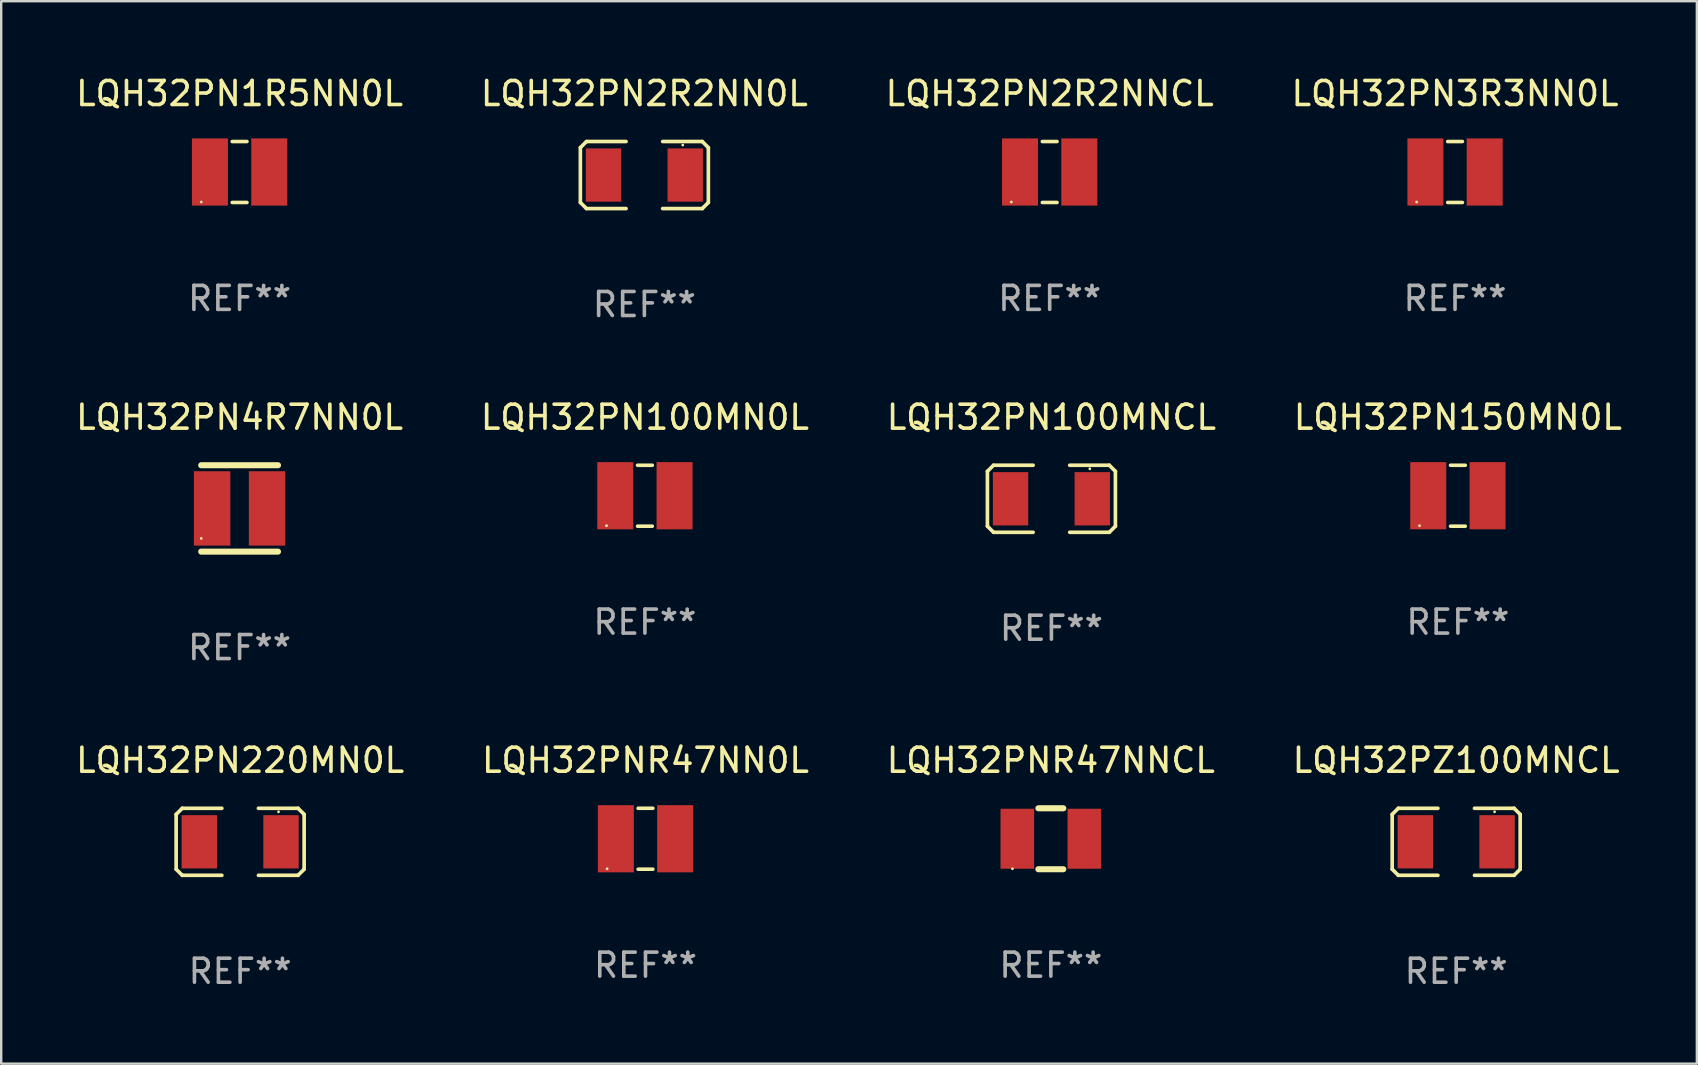
<source format=kicad_pcb>
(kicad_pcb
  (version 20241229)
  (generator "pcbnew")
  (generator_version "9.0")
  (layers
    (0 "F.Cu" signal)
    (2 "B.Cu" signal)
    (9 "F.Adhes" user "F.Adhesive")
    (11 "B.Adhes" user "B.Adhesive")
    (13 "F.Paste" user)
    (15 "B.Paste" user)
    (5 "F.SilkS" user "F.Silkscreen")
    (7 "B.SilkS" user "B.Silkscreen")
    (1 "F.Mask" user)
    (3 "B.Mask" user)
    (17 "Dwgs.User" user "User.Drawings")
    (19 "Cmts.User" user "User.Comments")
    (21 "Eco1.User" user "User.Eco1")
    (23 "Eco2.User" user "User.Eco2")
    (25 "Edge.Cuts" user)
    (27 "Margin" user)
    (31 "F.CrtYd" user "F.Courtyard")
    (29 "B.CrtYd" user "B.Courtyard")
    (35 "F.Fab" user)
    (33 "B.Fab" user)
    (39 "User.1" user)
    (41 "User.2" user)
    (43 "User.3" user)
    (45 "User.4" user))
  (footprint "LQH32PN2R2NNCL"
    (layer "F.Cu")
    (at 40.696 4.118)
    (property "Reference" "LQH32PN2R2NNCL" (at 0 -3.27 0) (layer "F.SilkS") (effects (font (size 1 1) (thickness 0.15))))
    (attr through_hole)
    (fp_line (start -0.307 -1.27) (end 0.307 -1.27) (stroke (width 0.15) (type solid)) (layer "F.SilkS"))
    (fp_line (start -0.307 1.27) (end 0.307 1.27) (stroke (width 0.15) (type solid)) (layer "F.SilkS"))
    (fp_circle (center -1.6 1.25) (end -1.57 1.25) (stroke (width 0.06) (type solid)) (fill no) (layer "F.SilkS"))
    (fp_text user "REF**" (at 0 5.27 0) (layer "F.Fab") (effects (font (size 1 1) (thickness 0.15))))
    (pad "1" smd rect (at -1.236 0) (size 1.5 2.8) (layers "F.Cu" "F.Mask" "F.Paste"))
    (pad "2" smd rect (at 1.236 0) (size 1.5 2.8) (layers "F.Cu" "F.Mask" "F.Paste")))
  (footprint "LQH32PZ100MNCL"
    (layer "F.Cu")
    (at 57.637 32.032)
    (property "Reference" "LQH32PZ100MNCL" (at 0 -3.397 0) (layer "F.SilkS") (effects (font (size 1 1) (thickness 0.15))))
    (attr through_hole)
    (fp_line (start -2.667 -1.143) (end -2.413 -1.397) (stroke (width 0.152) (type solid)) (layer "F.SilkS"))
    (fp_line (start -2.667 1.143) (end -2.667 -1.143) (stroke (width 0.152) (type solid)) (layer "F.SilkS"))
    (fp_line (start -2.413 -1.397) (end -0.762 -1.397) (stroke (width 0.152) (type solid)) (layer "F.SilkS"))
    (fp_line (start -2.413 1.397) (end -2.667 1.143) (stroke (width 0.152) (type solid)) (layer "F.SilkS"))
    (fp_line (start -0.762 1.397) (end -2.413 1.397) (stroke (width 0.152) (type solid)) (layer "F.SilkS"))
    (fp_line (start 0.762 -1.397) (end 2.413 -1.397) (stroke (width 0.152) (type solid)) (layer "F.SilkS"))
    (fp_line (start 2.413 -1.397) (end 2.667 -1.143) (stroke (width 0.152) (type solid)) (layer "F.SilkS"))
    (fp_line (start 2.413 1.397) (end 0.762 1.397) (stroke (width 0.152) (type solid)) (layer "F.SilkS"))
    (fp_line (start 2.667 -1.143) (end 2.667 1.143) (stroke (width 0.152) (type solid)) (layer "F.SilkS"))
    (fp_line (start 2.667 1.143) (end 2.413 1.397) (stroke (width 0.152) (type solid)) (layer "F.SilkS"))
    (fp_circle (center 1.6 -1.25) (end 1.63 -1.25) (stroke (width 0.06) (type solid)) (fill no) (layer "F.SilkS"))
    (fp_text user "REF**" (at 0 5.397 0) (layer "F.Fab") (effects (font (size 1 1) (thickness 0.15))))
    (pad "1" smd rect (at 1.703 0) (size 1.474 2.22) (layers "F.Cu" "F.Mask" "F.Paste"))
    (pad "2" smd rect (at -1.703 0) (size 1.474 2.22) (layers "F.Cu" "F.Mask" "F.Paste")))
  (footprint "LQH32PN100MNCL"
    (layer "F.Cu")
    (at 40.768 17.736)
    (property "Reference" "LQH32PN100MNCL" (at 0 -3.397 0) (layer "F.SilkS") (effects (font (size 1 1) (thickness 0.15))))
    (attr through_hole)
    (fp_line (start -2.667 -1.143) (end -2.413 -1.397) (stroke (width 0.152) (type solid)) (layer "F.SilkS"))
    (fp_line (start -2.667 1.143) (end -2.667 -1.143) (stroke (width 0.152) (type solid)) (layer "F.SilkS"))
    (fp_line (start -2.413 -1.397) (end -0.762 -1.397) (stroke (width 0.152) (type solid)) (layer "F.SilkS"))
    (fp_line (start -2.413 1.397) (end -2.667 1.143) (stroke (width 0.152) (type solid)) (layer "F.SilkS"))
    (fp_line (start -0.762 1.397) (end -2.413 1.397) (stroke (width 0.152) (type solid)) (layer "F.SilkS"))
    (fp_line (start 0.762 -1.397) (end 2.413 -1.397) (stroke (width 0.152) (type solid)) (layer "F.SilkS"))
    (fp_line (start 2.413 -1.397) (end 2.667 -1.143) (stroke (width 0.152) (type solid)) (layer "F.SilkS"))
    (fp_line (start 2.413 1.397) (end 0.762 1.397) (stroke (width 0.152) (type solid)) (layer "F.SilkS"))
    (fp_line (start 2.667 -1.143) (end 2.667 1.143) (stroke (width 0.152) (type solid)) (layer "F.SilkS"))
    (fp_line (start 2.667 1.143) (end 2.413 1.397) (stroke (width 0.152) (type solid)) (layer "F.SilkS"))
    (fp_circle (center 1.6 -1.25) (end 1.63 -1.25) (stroke (width 0.06) (type solid)) (fill no) (layer "F.SilkS"))
    (fp_text user "REF**" (at 0 5.397 0) (layer "F.Fab") (effects (font (size 1 1) (thickness 0.15))))
    (pad "1" smd rect (at 1.703 0) (size 1.474 2.22) (layers "F.Cu" "F.Mask" "F.Paste"))
    (pad "2" smd rect (at -1.703 0) (size 1.474 2.22) (layers "F.Cu" "F.Mask" "F.Paste")))
  (footprint "LQH32PN100MN0L"
    (layer "F.Cu")
    (at 23.827 17.609)
    (property "Reference" "LQH32PN100MN0L" (at 0 -3.27 0) (layer "F.SilkS") (effects (font (size 1 1) (thickness 0.15))))
    (attr through_hole)
    (fp_line (start -0.307 -1.27) (end 0.307 -1.27) (stroke (width 0.15) (type solid)) (layer "F.SilkS"))
    (fp_line (start -0.307 1.27) (end 0.307 1.27) (stroke (width 0.15) (type solid)) (layer "F.SilkS"))
    (fp_circle (center -1.6 1.25) (end -1.57 1.25) (stroke (width 0.06) (type solid)) (fill no) (layer "F.SilkS"))
    (fp_text user "REF**" (at 0 5.27 0) (layer "F.Fab") (effects (font (size 1 1) (thickness 0.15))))
    (pad "1" smd rect (at -1.236 0) (size 1.5 2.8) (layers "F.Cu" "F.Mask" "F.Paste"))
    (pad "2" smd rect (at 1.236 0) (size 1.5 2.8) (layers "F.Cu" "F.Mask" "F.Paste")))
  (footprint "LQH32PN220MN0L"
    (layer "F.Cu")
    (at 6.958 32.032)
    (property "Reference" "LQH32PN220MN0L" (at 0 -3.397 0) (layer "F.SilkS") (effects (font (size 1 1) (thickness 0.15))))
    (attr through_hole)
    (fp_line (start -2.667 -1.143) (end -2.413 -1.397) (stroke (width 0.152) (type solid)) (layer "F.SilkS"))
    (fp_line (start -2.667 1.143) (end -2.667 -1.143) (stroke (width 0.152) (type solid)) (layer "F.SilkS"))
    (fp_line (start -2.413 -1.397) (end -0.762 -1.397) (stroke (width 0.152) (type solid)) (layer "F.SilkS"))
    (fp_line (start -2.413 1.397) (end -2.667 1.143) (stroke (width 0.152) (type solid)) (layer "F.SilkS"))
    (fp_line (start -0.762 1.397) (end -2.413 1.397) (stroke (width 0.152) (type solid)) (layer "F.SilkS"))
    (fp_line (start 0.762 -1.397) (end 2.413 -1.397) (stroke (width 0.152) (type solid)) (layer "F.SilkS"))
    (fp_line (start 2.413 -1.397) (end 2.667 -1.143) (stroke (width 0.152) (type solid)) (layer "F.SilkS"))
    (fp_line (start 2.413 1.397) (end 0.762 1.397) (stroke (width 0.152) (type solid)) (layer "F.SilkS"))
    (fp_line (start 2.667 -1.143) (end 2.667 1.143) (stroke (width 0.152) (type solid)) (layer "F.SilkS"))
    (fp_line (start 2.667 1.143) (end 2.413 1.397) (stroke (width 0.152) (type solid)) (layer "F.SilkS"))
    (fp_circle (center 1.6 -1.25) (end 1.63 -1.25) (stroke (width 0.06) (type solid)) (fill no) (layer "F.SilkS"))
    (fp_text user "REF**" (at 0 5.397 0) (layer "F.Fab") (effects (font (size 1 1) (thickness 0.15))))
    (pad "1" smd rect (at 1.703 0) (size 1.474 2.22) (layers "F.Cu" "F.Mask" "F.Paste"))
    (pad "2" smd rect (at -1.703 0) (size 1.474 2.22) (layers "F.Cu" "F.Mask" "F.Paste")))
  (footprint "LQH32PN3R3NN0L"
    (layer "F.Cu")
    (at 57.589 4.118)
    (property "Reference" "LQH32PN3R3NN0L" (at 0 -3.27 0) (layer "F.SilkS") (effects (font (size 1 1) (thickness 0.15))))
    (attr through_hole)
    (fp_line (start -0.307 -1.27) (end 0.307 -1.27) (stroke (width 0.15) (type solid)) (layer "F.SilkS"))
    (fp_line (start -0.307 1.27) (end 0.307 1.27) (stroke (width 0.15) (type solid)) (layer "F.SilkS"))
    (fp_circle (center -1.6 1.25) (end -1.57 1.25) (stroke (width 0.06) (type solid)) (fill no) (layer "F.SilkS"))
    (fp_text user "REF**" (at 0 5.27 0) (layer "F.Fab") (effects (font (size 1 1) (thickness 0.15))))
    (pad "1" smd rect (at -1.236 0) (size 1.5 2.8) (layers "F.Cu" "F.Mask" "F.Paste"))
    (pad "2" smd rect (at 1.236 0) (size 1.5 2.8) (layers "F.Cu" "F.Mask" "F.Paste")))
  (footprint "LQH32PN150MN0L"
    (layer "F.Cu")
    (at 57.708 17.609)
    (property "Reference" "LQH32PN150MN0L" (at 0 -3.27 0) (layer "F.SilkS") (effects (font (size 1 1) (thickness 0.15))))
    (attr through_hole)
    (fp_line (start -0.307 -1.27) (end 0.307 -1.27) (stroke (width 0.15) (type solid)) (layer "F.SilkS"))
    (fp_line (start -0.307 1.27) (end 0.307 1.27) (stroke (width 0.15) (type solid)) (layer "F.SilkS"))
    (fp_circle (center -1.6 1.25) (end -1.57 1.25) (stroke (width 0.06) (type solid)) (fill no) (layer "F.SilkS"))
    (fp_text user "REF**" (at 0 5.27 0) (layer "F.Fab") (effects (font (size 1 1) (thickness 0.15))))
    (pad "1" smd rect (at -1.236 0) (size 1.5 2.8) (layers "F.Cu" "F.Mask" "F.Paste"))
    (pad "2" smd rect (at 1.236 0) (size 1.5 2.8) (layers "F.Cu" "F.Mask" "F.Paste")))
  (footprint "LQH32PN2R2NN0L"
    (layer "F.Cu")
    (at 23.804 4.245)
    (property "Reference" "LQH32PN2R2NN0L" (at 0 -3.397 0) (layer "F.SilkS") (effects (font (size 1 1) (thickness 0.15))))
    (attr through_hole)
    (fp_line (start -2.667 -1.143) (end -2.413 -1.397) (stroke (width 0.152) (type solid)) (layer "F.SilkS"))
    (fp_line (start -2.667 1.143) (end -2.667 -1.143) (stroke (width 0.152) (type solid)) (layer "F.SilkS"))
    (fp_line (start -2.413 -1.397) (end -0.762 -1.397) (stroke (width 0.152) (type solid)) (layer "F.SilkS"))
    (fp_line (start -2.413 1.397) (end -2.667 1.143) (stroke (width 0.152) (type solid)) (layer "F.SilkS"))
    (fp_line (start -0.762 1.397) (end -2.413 1.397) (stroke (width 0.152) (type solid)) (layer "F.SilkS"))
    (fp_line (start 0.762 -1.397) (end 2.413 -1.397) (stroke (width 0.152) (type solid)) (layer "F.SilkS"))
    (fp_line (start 2.413 -1.397) (end 2.667 -1.143) (stroke (width 0.152) (type solid)) (layer "F.SilkS"))
    (fp_line (start 2.413 1.397) (end 0.762 1.397) (stroke (width 0.152) (type solid)) (layer "F.SilkS"))
    (fp_line (start 2.667 -1.143) (end 2.667 1.143) (stroke (width 0.152) (type solid)) (layer "F.SilkS"))
    (fp_line (start 2.667 1.143) (end 2.413 1.397) (stroke (width 0.152) (type solid)) (layer "F.SilkS"))
    (fp_circle (center 1.6 -1.25) (end 1.63 -1.25) (stroke (width 0.06) (type solid)) (fill no) (layer "F.SilkS"))
    (fp_text user "REF**" (at 0 5.397 0) (layer "F.Fab") (effects (font (size 1 1) (thickness 0.15))))
    (pad "1" smd rect (at 1.703 0) (size 1.474 2.22) (layers "F.Cu" "F.Mask" "F.Paste"))
    (pad "2" smd rect (at -1.703 0) (size 1.474 2.22) (layers "F.Cu" "F.Mask" "F.Paste")))
  (footprint "LQH32PNR47NNCL"
    (layer "F.Cu")
    (at 40.744 31.905)
    (property "Reference" "LQH32PNR47NNCL" (at 0 -3.27 0) (layer "F.SilkS") (effects (font (size 1 1) (thickness 0.15))))
    (attr through_hole)
    (fp_line (start -0.52 1.27) (end 0.519 1.27) (stroke (width 0.254) (type solid)) (layer "F.SilkS"))
    (fp_line (start -0.519 -1.27) (end 0.52 -1.27) (stroke (width 0.254) (type solid)) (layer "F.SilkS"))
    (fp_circle (center -1.6 1.25) (end -1.57 1.25) (stroke (width 0.06) (type solid)) (fill no) (layer "F.SilkS"))
    (fp_text user "REF**" (at 0 5.27 0) (layer "F.Fab") (effects (font (size 1 1) (thickness 0.15))))
    (pad "1" smd rect (at -1.397 0 90) (size 2.5 1.4) (layers "F.Cu" "F.Mask" "F.Paste"))
    (pad "2" smd rect (at 1.397 0 90) (size 2.5 1.4) (layers "F.Cu" "F.Mask" "F.Paste")))
  (footprint "LQH32PN4R7NN0L"
    (layer "F.Cu")
    (at 6.935 18.139)
    (property "Reference" "LQH32PN4R7NN0L" (at 0 -3.8 0) (layer "F.SilkS") (effects (font (size 1 1) (thickness 0.15))))
    (attr through_hole)
    (fp_line (start -1.6 -1.8) (end 1.6 -1.8) (stroke (width 0.254) (type solid)) (layer "F.SilkS"))
    (fp_line (start -1.6 1.8) (end 1.6 1.8) (stroke (width 0.254) (type solid)) (layer "F.SilkS"))
    (fp_circle (center -1.6 1.25) (end -1.57 1.25) (stroke (width 0.06) (type solid)) (fill no) (layer "F.SilkS"))
    (fp_text user "REF**" (at 0 5.8 0) (layer "F.Fab") (effects (font (size 1 1) (thickness 0.15))))
    (pad "1" smd rect (at -1.145 0 90) (size 3.1 1.52) (layers "F.Cu" "F.Mask" "F.Paste"))
    (pad "2" smd rect (at 1.145 0 90) (size 3.1 1.52) (layers "F.Cu" "F.Mask" "F.Paste")))
  (footprint "LQH32PN1R5NN0L"
    (layer "F.Cu")
    (at 6.935 4.118)
    (property "Reference" "LQH32PN1R5NN0L" (at 0 -3.27 0) (layer "F.SilkS") (effects (font (size 1 1) (thickness 0.15))))
    (attr through_hole)
    (fp_line (start -0.307 -1.27) (end 0.307 -1.27) (stroke (width 0.15) (type solid)) (layer "F.SilkS"))
    (fp_line (start -0.307 1.27) (end 0.307 1.27) (stroke (width 0.15) (type solid)) (layer "F.SilkS"))
    (fp_circle (center -1.6 1.25) (end -1.57 1.25) (stroke (width 0.06) (type solid)) (fill no) (layer "F.SilkS"))
    (fp_text user "REF**" (at 0 5.27 0) (layer "F.Fab") (effects (font (size 1 1) (thickness 0.15))))
    (pad "1" smd rect (at -1.236 0) (size 1.5 2.8) (layers "F.Cu" "F.Mask" "F.Paste"))
    (pad "2" smd rect (at 1.236 0) (size 1.5 2.8) (layers "F.Cu" "F.Mask" "F.Paste")))
  (footprint "LQH32PNR47NN0L"
    (layer "F.Cu")
    (at 23.851 31.905)
    (property "Reference" "LQH32PNR47NN0L" (at 0 -3.27 0) (layer "F.SilkS") (effects (font (size 1 1) (thickness 0.15))))
    (attr through_hole)
    (fp_line (start -0.307 -1.27) (end 0.307 -1.27) (stroke (width 0.15) (type solid)) (layer "F.SilkS"))
    (fp_line (start -0.307 1.27) (end 0.307 1.27) (stroke (width 0.15) (type solid)) (layer "F.SilkS"))
    (fp_circle (center -1.6 1.25) (end -1.57 1.25) (stroke (width 0.06) (type solid)) (fill no) (layer "F.SilkS"))
    (fp_text user "REF**" (at 0 5.27 0) (layer "F.Fab") (effects (font (size 1 1) (thickness 0.15))))
    (pad "1" smd rect (at -1.236 0) (size 1.5 2.8) (layers "F.Cu" "F.Mask" "F.Paste"))
    (pad "2" smd rect (at 1.236 0) (size 1.5 2.8) (layers "F.Cu" "F.Mask" "F.Paste")))
  (gr_rect
    (start -3 -3)
    (end 67.667 41.278)
    (stroke (width 0.1) (type default))
    (fill no)
    (layer "Edge.Cuts")))
</source>
